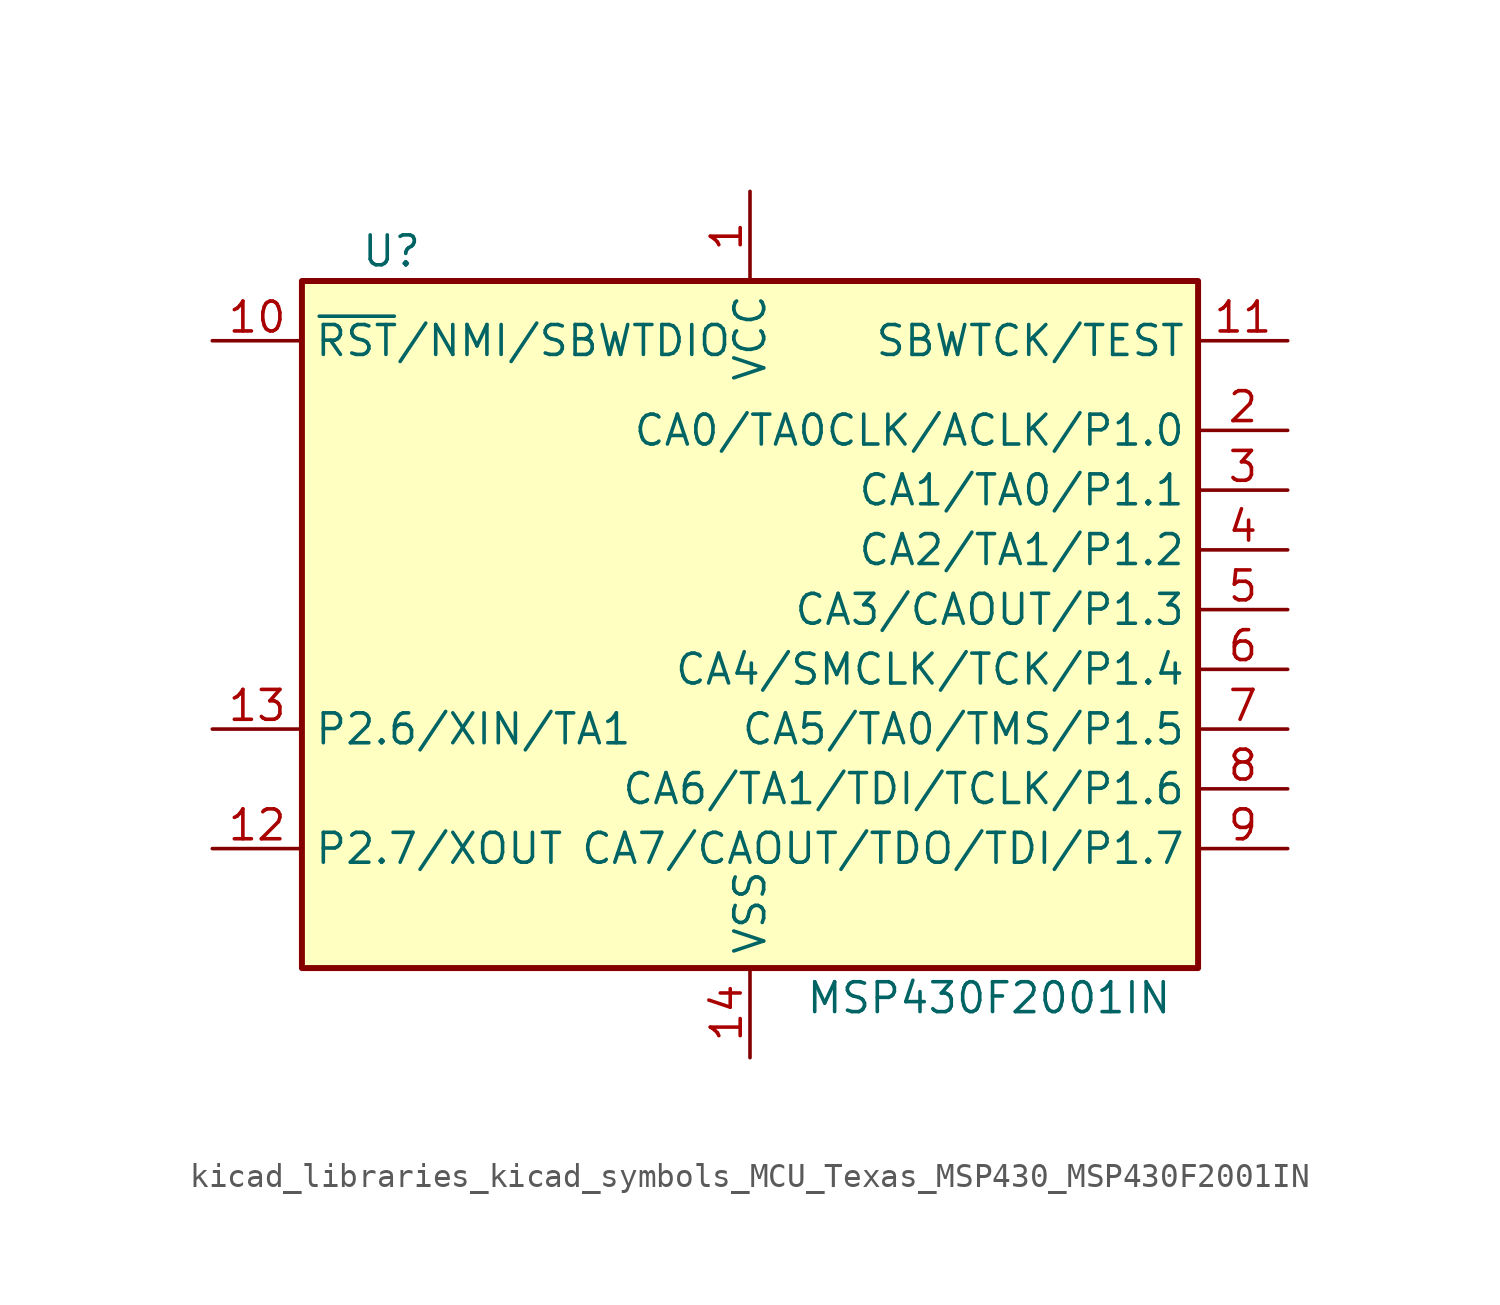
<source format=kicad_sym>
(kicad_symbol_lib
  (version 20220914)
  (generator kicad_symbol_editor)
  (symbol "kicad_libraries_kicad_symbols_MCU_Texas_MSP430_MSP430F2001IN"
    (property "Reference" "U"
      (at -15.24 15.24 0)
      (effects (font (size 1.27 1.27))))
    (property "Value" "MSP430F2001IN"
      (at 10.16 -16.51 0)
      (effects (font (size 1.27 1.27))))
    (symbol "kicad_libraries_kicad_symbols_MCU_Texas_MSP430_MSP430F2001IN_0_1"
      (rectangle (start -19.05 13.97) (end 19.05 -15.24) (stroke (width 0.254) (type default)) (fill (type background))))
    (symbol "kicad_libraries_kicad_symbols_MCU_Texas_MSP430_MSP430F2001IN_1_1"
      (pin power_in line (at 0 17.78 270) (length 3.81) (name "VCC" (effects (font (size 1.27 1.27)))) (number "1" (effects (font (size 1.27 1.27)))))
      (pin input line (at -22.86 11.43 0) (length 3.81) (name "~{RST}/NMI/SBWTDIO" (effects (font (size 1.27 1.27)))) (number "10" (effects (font (size 1.27 1.27)))))
      (pin input line (at 22.86 11.43 180) (length 3.81) (name "SBWTCK/TEST" (effects (font (size 1.27 1.27)))) (number "11" (effects (font (size 1.27 1.27)))))
      (pin bidirectional line (at -22.86 -10.16 0) (length 3.81) (name "P2.7/XOUT" (effects (font (size 1.27 1.27)))) (number "12" (effects (font (size 1.27 1.27)))))
      (pin bidirectional line (at -22.86 -5.08 0) (length 3.81) (name "P2.6/XIN/TA1" (effects (font (size 1.27 1.27)))) (number "13" (effects (font (size 1.27 1.27)))))
      (pin power_in line (at 0 -19.05 90) (length 3.81) (name "VSS" (effects (font (size 1.27 1.27)))) (number "14" (effects (font (size 1.27 1.27)))))
      (pin bidirectional line (at 22.86 7.62 180) (length 3.81) (name "CA0/TA0CLK/ACLK/P1.0" (effects (font (size 1.27 1.27)))) (number "2" (effects (font (size 1.27 1.27)))))
      (pin bidirectional line (at 22.86 5.08 180) (length 3.81) (name "CA1/TA0/P1.1" (effects (font (size 1.27 1.27)))) (number "3" (effects (font (size 1.27 1.27)))))
      (pin bidirectional line (at 22.86 2.54 180) (length 3.81) (name "CA2/TA1/P1.2" (effects (font (size 1.27 1.27)))) (number "4" (effects (font (size 1.27 1.27)))))
      (pin bidirectional line (at 22.86 0 180) (length 3.81) (name "CA3/CAOUT/P1.3" (effects (font (size 1.27 1.27)))) (number "5" (effects (font (size 1.27 1.27)))))
      (pin bidirectional line (at 22.86 -2.54 180) (length 3.81) (name "CA4/SMCLK/TCK/P1.4" (effects (font (size 1.27 1.27)))) (number "6" (effects (font (size 1.27 1.27)))))
      (pin bidirectional line (at 22.86 -5.08 180) (length 3.81) (name "CA5/TA0/TMS/P1.5" (effects (font (size 1.27 1.27)))) (number "7" (effects (font (size 1.27 1.27)))))
      (pin bidirectional line (at 22.86 -7.62 180) (length 3.81) (name "CA6/TA1/TDI/TCLK/P1.6" (effects (font (size 1.27 1.27)))) (number "8" (effects (font (size 1.27 1.27)))))
      (pin bidirectional line (at 22.86 -10.16 180) (length 3.81) (name "CA7/CAOUT/TDO/TDI/P1.7" (effects (font (size 1.27 1.27)))) (number "9" (effects (font (size 1.27 1.27))))))))
</source>
